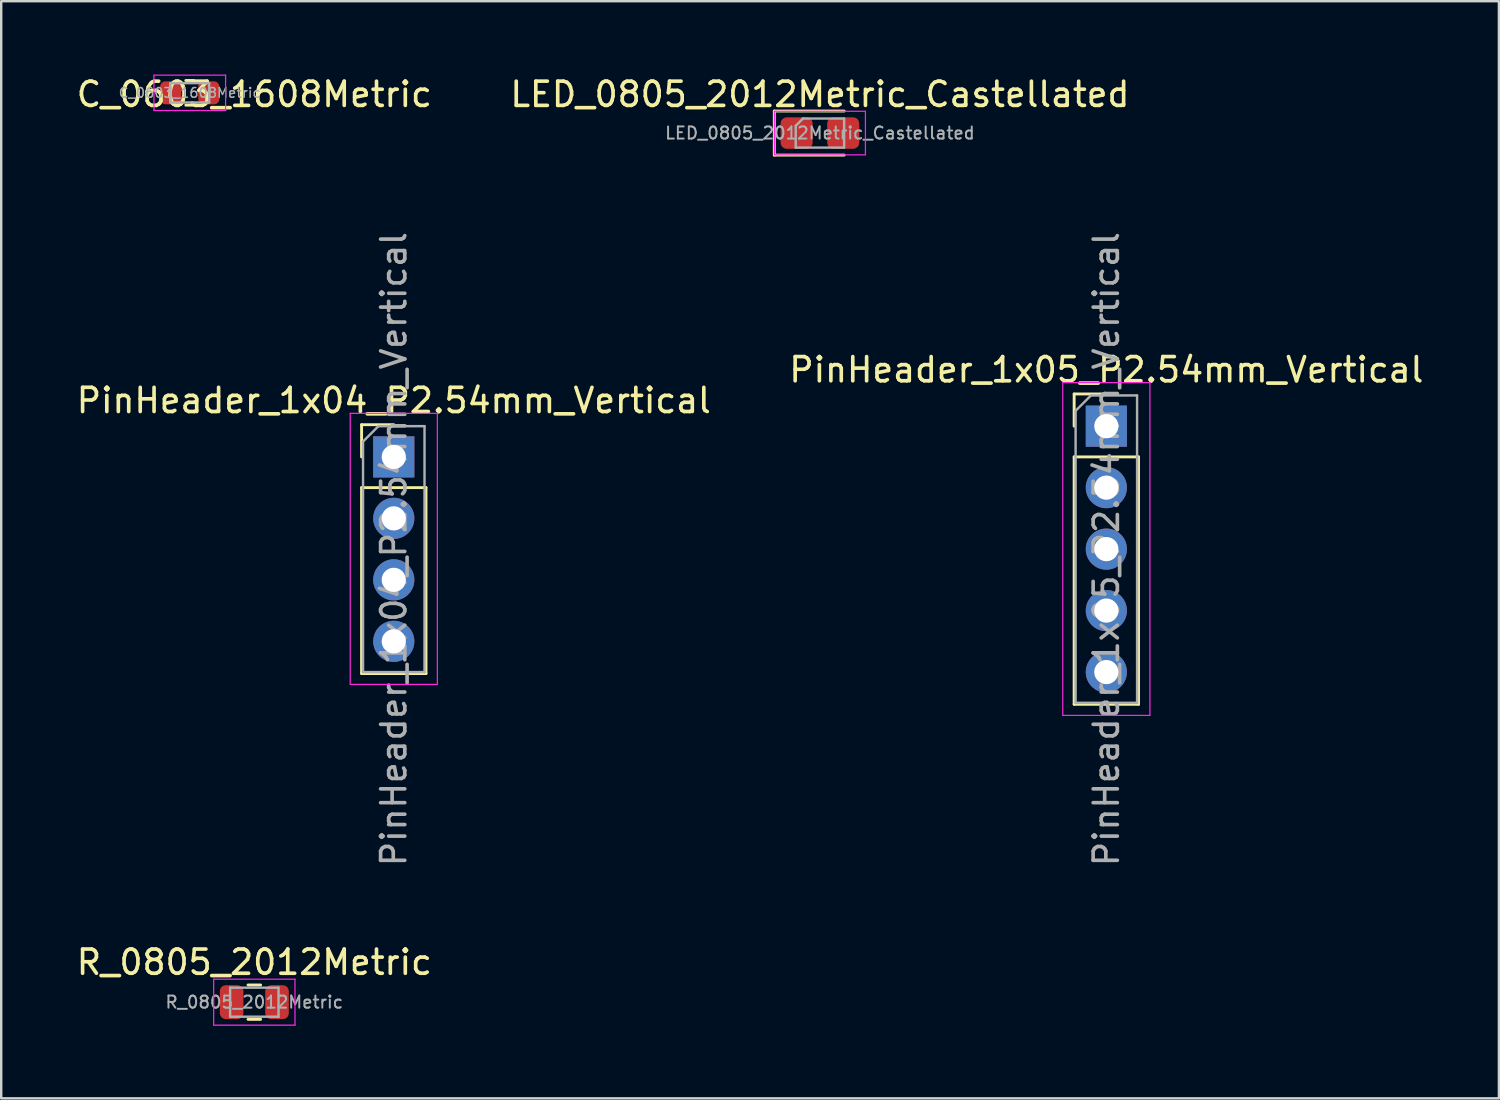
<source format=kicad_pcb>
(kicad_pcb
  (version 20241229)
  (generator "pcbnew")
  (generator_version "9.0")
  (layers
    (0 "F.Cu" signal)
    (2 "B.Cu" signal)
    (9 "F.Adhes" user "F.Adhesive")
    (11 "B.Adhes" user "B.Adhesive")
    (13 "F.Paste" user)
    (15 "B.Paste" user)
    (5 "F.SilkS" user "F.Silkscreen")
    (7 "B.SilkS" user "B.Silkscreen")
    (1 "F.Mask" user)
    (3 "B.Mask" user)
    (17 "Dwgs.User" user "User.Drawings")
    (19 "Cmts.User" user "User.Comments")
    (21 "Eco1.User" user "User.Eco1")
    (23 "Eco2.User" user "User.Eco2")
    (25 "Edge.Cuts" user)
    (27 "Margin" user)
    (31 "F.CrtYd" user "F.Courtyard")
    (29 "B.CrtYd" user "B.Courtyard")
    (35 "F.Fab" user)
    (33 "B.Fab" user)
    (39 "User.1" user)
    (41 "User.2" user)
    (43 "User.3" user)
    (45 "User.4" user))
  (footprint "LED_0805_2012Metric_Castellated"
    (layer "F.Cu")
    (at 30.827 2.448)
    (property "Reference" "LED_0805_2012Metric_Castellated" (at 0 -1.6 180) (layer "F.SilkS") (effects (font (size 1 1) (thickness 0.15))))
    (attr smd)
    (fp_line (start -1.885 -0.91) (end -1.885 0.91) (stroke (width 0.12) (type solid)) (layer "F.SilkS"))
    (fp_line (start -1.885 0.91) (end 1 0.91) (stroke (width 0.12) (type solid)) (layer "F.SilkS"))
    (fp_line (start 1 -0.91) (end -1.885 -0.91) (stroke (width 0.12) (type solid)) (layer "F.SilkS"))
    (fp_line (start -1.88 -0.9) (end 1.88 -0.9) (stroke (width 0.05) (type solid)) (layer "F.CrtYd"))
    (fp_line (start -1.88 0.9) (end -1.88 -0.9) (stroke (width 0.05) (type solid)) (layer "F.CrtYd"))
    (fp_line (start 1.88 -0.9) (end 1.88 0.9) (stroke (width 0.05) (type solid)) (layer "F.CrtYd"))
    (fp_line (start 1.88 0.9) (end -1.88 0.9) (stroke (width 0.05) (type solid)) (layer "F.CrtYd"))
    (fp_line (start -1 -0.3) (end -1 0.6) (stroke (width 0.1) (type solid)) (layer "F.Fab"))
    (fp_line (start -1 0.6) (end 1 0.6) (stroke (width 0.1) (type solid)) (layer "F.Fab"))
    (fp_line (start -0.7 -0.6) (end -1 -0.3) (stroke (width 0.1) (type solid)) (layer "F.Fab"))
    (fp_line (start 1 -0.6) (end -0.7 -0.6) (stroke (width 0.1) (type solid)) (layer "F.Fab"))
    (fp_line (start 1 0.6) (end 1 -0.6) (stroke (width 0.1) (type solid)) (layer "F.Fab"))
    (fp_text user "${REFERENCE}" (at 0 0 180) (layer "F.Fab") (effects (font (size 0.5 0.5) (thickness 0.08))))
    (pad "1" smd roundrect (at -0.963 0) (size 1.325 1.3) (layers "F.Cu" "F.Mask" "F.Paste") (roundrect_rratio 0.192))
    (pad "2" smd roundrect (at 0.963 0) (size 1.325 1.3) (layers "F.Cu" "F.Mask" "F.Paste") (roundrect_rratio 0.192)))
  (footprint "PinHeader_1x04_P2.54mm_Vertical"
    (layer "F.Cu")
    (at 13.22 15.828)
    (property "Reference" "PinHeader_1x04_P2.54mm_Vertical" (at 0 -2.33 0) (layer "F.SilkS") (effects (font (size 1 1) (thickness 0.15))))
    (attr through_hole)
    (fp_line (start -1.33 -1.33) (end 0 -1.33) (stroke (width 0.12) (type solid)) (layer "F.SilkS"))
    (fp_line (start -1.33 0) (end -1.33 -1.33) (stroke (width 0.12) (type solid)) (layer "F.SilkS"))
    (fp_line (start -1.33 1.27) (end -1.33 8.95) (stroke (width 0.12) (type solid)) (layer "F.SilkS"))
    (fp_line (start -1.33 1.27) (end 1.33 1.27) (stroke (width 0.12) (type solid)) (layer "F.SilkS"))
    (fp_line (start -1.33 8.95) (end 1.33 8.95) (stroke (width 0.12) (type solid)) (layer "F.SilkS"))
    (fp_line (start 1.33 1.27) (end 1.33 8.95) (stroke (width 0.12) (type solid)) (layer "F.SilkS"))
    (fp_line (start -1.8 -1.8) (end -1.8 9.4) (stroke (width 0.05) (type solid)) (layer "F.CrtYd"))
    (fp_line (start -1.8 9.4) (end 1.8 9.4) (stroke (width 0.05) (type solid)) (layer "F.CrtYd"))
    (fp_line (start 1.8 -1.8) (end -1.8 -1.8) (stroke (width 0.05) (type solid)) (layer "F.CrtYd"))
    (fp_line (start 1.8 9.4) (end 1.8 -1.8) (stroke (width 0.05) (type solid)) (layer "F.CrtYd"))
    (fp_line (start -1.27 -0.635) (end -0.635 -1.27) (stroke (width 0.1) (type solid)) (layer "F.Fab"))
    (fp_line (start -1.27 8.89) (end -1.27 -0.635) (stroke (width 0.1) (type solid)) (layer "F.Fab"))
    (fp_line (start -0.635 -1.27) (end 1.27 -1.27) (stroke (width 0.1) (type solid)) (layer "F.Fab"))
    (fp_line (start 1.27 -1.27) (end 1.27 8.89) (stroke (width 0.1) (type solid)) (layer "F.Fab"))
    (fp_line (start 1.27 8.89) (end -1.27 8.89) (stroke (width 0.1) (type solid)) (layer "F.Fab"))
    (fp_text user "${REFERENCE}" (at 0 3.81 270) (layer "F.Fab") (effects (font (size 1 1) (thickness 0.15))))
    (pad "1" thru_hole rect (at 0 0) (size 1.7 1.7) (drill 1) (layers "*.Cu" "*.Mask"))
    (pad "2" thru_hole oval (at 0 2.54) (size 1.7 1.7) (drill 1) (layers "*.Cu" "*.Mask"))
    (pad "3" thru_hole oval (at 0 5.08) (size 1.7 1.7) (drill 1) (layers "*.Cu" "*.Mask"))
    (pad "4" thru_hole oval (at 0 7.62) (size 1.7 1.7) (drill 1) (layers "*.Cu" "*.Mask")))
  (footprint "R_0805_2012Metric"
    (layer "F.Cu")
    (at 7.458 38.357)
    (property "Reference" "R_0805_2012Metric" (at 0 -1.65 0) (layer "F.SilkS") (effects (font (size 1 1) (thickness 0.15))))
    (attr smd)
    (fp_line (start -0.259 -0.71) (end 0.259 -0.71) (stroke (width 0.12) (type solid)) (layer "F.SilkS"))
    (fp_line (start -0.259 0.71) (end 0.259 0.71) (stroke (width 0.12) (type solid)) (layer "F.SilkS"))
    (fp_line (start -1.68 -0.95) (end 1.68 -0.95) (stroke (width 0.05) (type solid)) (layer "F.CrtYd"))
    (fp_line (start -1.68 0.95) (end -1.68 -0.95) (stroke (width 0.05) (type solid)) (layer "F.CrtYd"))
    (fp_line (start 1.68 -0.95) (end 1.68 0.95) (stroke (width 0.05) (type solid)) (layer "F.CrtYd"))
    (fp_line (start 1.68 0.95) (end -1.68 0.95) (stroke (width 0.05) (type solid)) (layer "F.CrtYd"))
    (fp_line (start -1 -0.6) (end 1 -0.6) (stroke (width 0.1) (type solid)) (layer "F.Fab"))
    (fp_line (start -1 0.6) (end -1 -0.6) (stroke (width 0.1) (type solid)) (layer "F.Fab"))
    (fp_line (start 1 -0.6) (end 1 0.6) (stroke (width 0.1) (type solid)) (layer "F.Fab"))
    (fp_line (start 1 0.6) (end -1 0.6) (stroke (width 0.1) (type solid)) (layer "F.Fab"))
    (fp_text user "${REFERENCE}" (at 0 0 0) (layer "F.Fab") (effects (font (size 0.5 0.5) (thickness 0.08))))
    (pad "1" smd roundrect (at -0.938 0) (size 0.975 1.4) (layers "F.Cu" "F.Mask" "F.Paste") (roundrect_rratio 0.25))
    (pad "2" smd roundrect (at 0.938 0) (size 0.975 1.4) (layers "F.Cu" "F.Mask" "F.Paste") (roundrect_rratio 0.25)))
  (footprint "PinHeader_1x05_P2.54mm_Vertical"
    (layer "F.Cu")
    (at 42.661 14.558)
    (property "Reference" "PinHeader_1x05_P2.54mm_Vertical" (at 0 -2.33 0) (layer "F.SilkS") (effects (font (size 1 1) (thickness 0.15))))
    (attr through_hole)
    (fp_line (start -1.33 -1.33) (end 0 -1.33) (stroke (width 0.12) (type solid)) (layer "F.SilkS"))
    (fp_line (start -1.33 0) (end -1.33 -1.33) (stroke (width 0.12) (type solid)) (layer "F.SilkS"))
    (fp_line (start -1.33 1.27) (end -1.33 11.49) (stroke (width 0.12) (type solid)) (layer "F.SilkS"))
    (fp_line (start -1.33 1.27) (end 1.33 1.27) (stroke (width 0.12) (type solid)) (layer "F.SilkS"))
    (fp_line (start -1.33 11.49) (end 1.33 11.49) (stroke (width 0.12) (type solid)) (layer "F.SilkS"))
    (fp_line (start 1.33 1.27) (end 1.33 11.49) (stroke (width 0.12) (type solid)) (layer "F.SilkS"))
    (fp_line (start -1.8 -1.8) (end -1.8 11.95) (stroke (width 0.05) (type solid)) (layer "F.CrtYd"))
    (fp_line (start -1.8 11.95) (end 1.8 11.95) (stroke (width 0.05) (type solid)) (layer "F.CrtYd"))
    (fp_line (start 1.8 -1.8) (end -1.8 -1.8) (stroke (width 0.05) (type solid)) (layer "F.CrtYd"))
    (fp_line (start 1.8 11.95) (end 1.8 -1.8) (stroke (width 0.05) (type solid)) (layer "F.CrtYd"))
    (fp_line (start -1.27 -0.635) (end -0.635 -1.27) (stroke (width 0.1) (type solid)) (layer "F.Fab"))
    (fp_line (start -1.27 11.43) (end -1.27 -0.635) (stroke (width 0.1) (type solid)) (layer "F.Fab"))
    (fp_line (start -0.635 -1.27) (end 1.27 -1.27) (stroke (width 0.1) (type solid)) (layer "F.Fab"))
    (fp_line (start 1.27 -1.27) (end 1.27 11.43) (stroke (width 0.1) (type solid)) (layer "F.Fab"))
    (fp_line (start 1.27 11.43) (end -1.27 11.43) (stroke (width 0.1) (type solid)) (layer "F.Fab"))
    (fp_text user "${REFERENCE}" (at 0 5.08 270) (layer "F.Fab") (effects (font (size 1 1) (thickness 0.15))))
    (pad "1" thru_hole rect (at 0 0) (size 1.7 1.7) (drill 1) (layers "*.Cu" "*.Mask"))
    (pad "2" thru_hole oval (at 0 2.54) (size 1.7 1.7) (drill 1) (layers "*.Cu" "*.Mask"))
    (pad "3" thru_hole oval (at 0 5.08) (size 1.7 1.7) (drill 1) (layers "*.Cu" "*.Mask"))
    (pad "4" thru_hole oval (at 0 7.62) (size 1.7 1.7) (drill 1) (layers "*.Cu" "*.Mask"))
    (pad "5" thru_hole oval (at 0 10.16) (size 1.7 1.7) (drill 1) (layers "*.Cu" "*.Mask")))
  (footprint "C_0603_1608Metric"
    (layer "F.Cu")
    (at 4.791 0.785)
    (property "Reference" "C_0603_1608Metric" (at 2.667 0.064 0) (layer "F.SilkS") (effects (font (size 1 1) (thickness 0.15))))
    (attr smd)
    (fp_line (start -0.163 -0.51) (end 0.163 -0.51) (stroke (width 0.12) (type solid)) (layer "F.SilkS"))
    (fp_line (start -0.163 0.51) (end 0.163 0.51) (stroke (width 0.12) (type solid)) (layer "F.SilkS"))
    (fp_line (start -1.48 -0.73) (end 1.48 -0.73) (stroke (width 0.05) (type solid)) (layer "F.CrtYd"))
    (fp_line (start -1.48 0.73) (end -1.48 -0.73) (stroke (width 0.05) (type solid)) (layer "F.CrtYd"))
    (fp_line (start 1.48 -0.73) (end 1.48 0.73) (stroke (width 0.05) (type solid)) (layer "F.CrtYd"))
    (fp_line (start 1.48 0.73) (end -1.48 0.73) (stroke (width 0.05) (type solid)) (layer "F.CrtYd"))
    (fp_line (start -0.8 -0.4) (end 0.8 -0.4) (stroke (width 0.1) (type solid)) (layer "F.Fab"))
    (fp_line (start -0.8 0.4) (end -0.8 -0.4) (stroke (width 0.1) (type solid)) (layer "F.Fab"))
    (fp_line (start 0.8 -0.4) (end 0.8 0.4) (stroke (width 0.1) (type solid)) (layer "F.Fab"))
    (fp_line (start 0.8 0.4) (end -0.8 0.4) (stroke (width 0.1) (type solid)) (layer "F.Fab"))
    (fp_text user "${REFERENCE}" (at 0 0 0) (layer "F.Fab") (effects (font (size 0.4 0.4) (thickness 0.06))))
    (pad "1" smd roundrect (at -0.787 0) (size 0.875 0.95) (layers "F.Cu" "F.Mask" "F.Paste") (roundrect_rratio 0.25))
    (pad "2" smd roundrect (at 0.787 0) (size 0.875 0.95) (layers "F.Cu" "F.Mask" "F.Paste") (roundrect_rratio 0.25)))
  (gr_rect
    (start -3 -3)
    (end 58.881 42.332)
    (stroke (width 0.1) (type default))
    (fill no)
    (layer "Edge.Cuts")))
</source>
